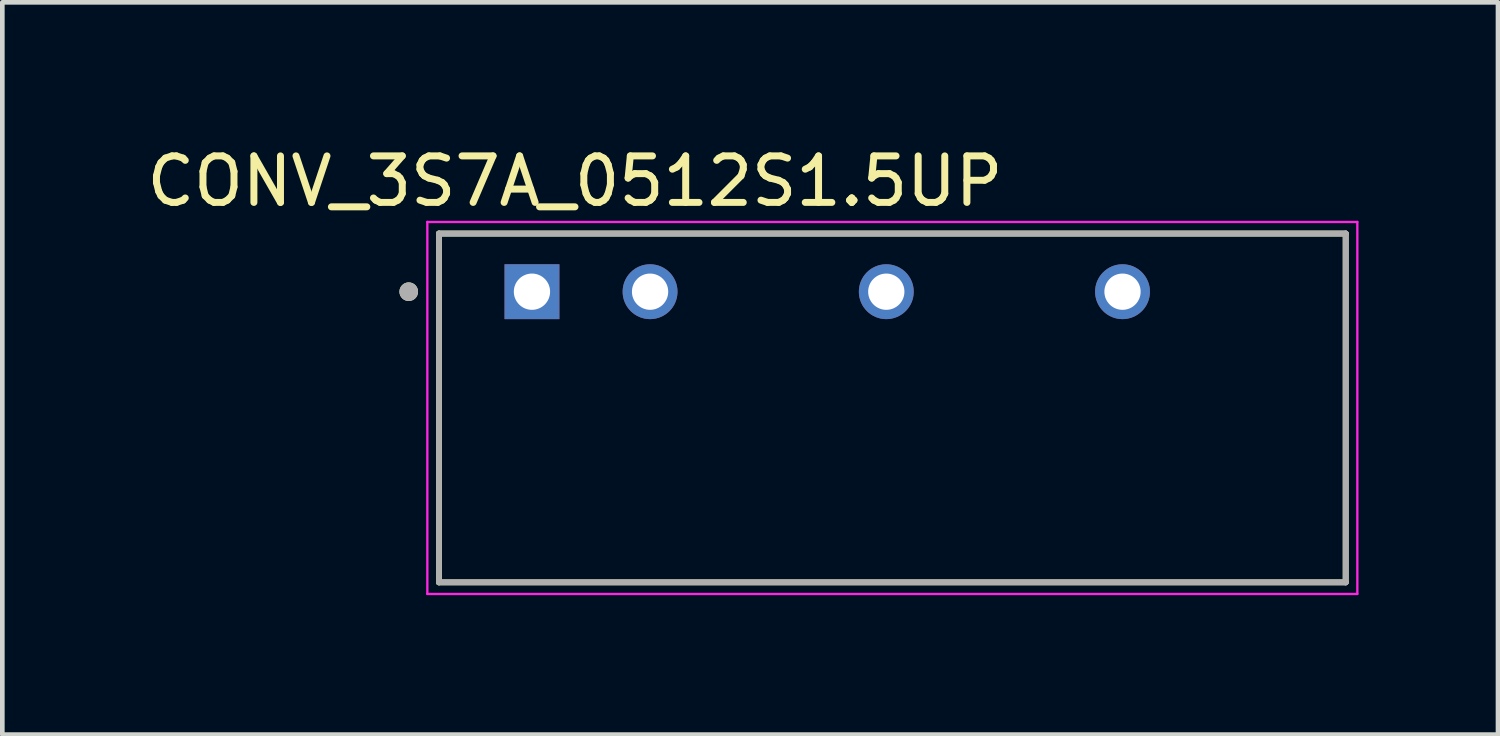
<source format=kicad_pcb>
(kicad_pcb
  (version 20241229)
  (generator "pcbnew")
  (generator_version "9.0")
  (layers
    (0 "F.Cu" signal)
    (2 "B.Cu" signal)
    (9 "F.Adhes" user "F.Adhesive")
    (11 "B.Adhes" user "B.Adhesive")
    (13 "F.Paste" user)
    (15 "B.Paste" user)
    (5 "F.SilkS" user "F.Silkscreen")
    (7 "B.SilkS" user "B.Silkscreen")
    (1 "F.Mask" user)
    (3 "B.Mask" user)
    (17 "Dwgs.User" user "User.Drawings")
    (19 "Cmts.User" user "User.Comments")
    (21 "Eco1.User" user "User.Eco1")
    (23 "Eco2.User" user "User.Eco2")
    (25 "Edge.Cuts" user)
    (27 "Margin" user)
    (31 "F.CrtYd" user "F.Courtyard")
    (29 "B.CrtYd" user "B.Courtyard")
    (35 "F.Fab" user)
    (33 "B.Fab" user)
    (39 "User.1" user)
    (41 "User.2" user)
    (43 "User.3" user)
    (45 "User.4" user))
  (footprint "CONV_3S7A_0512S1.5UP"
    (layer "F.Cu")
    (at 16.14 5.723)
    (property "Reference" "CONV_3S7A_0512S1.5UP" (at -6.825 -4.875 0) (layer "F.SilkS") (effects (font (size 1 1) (thickness 0.15))))
    (attr through_hole)
    (fp_line (start -9.75 -3.75) (end -9.75 3.75) (stroke (width 0.127) (type solid)) (layer "F.SilkS"))
    (fp_line (start -9.75 3.75) (end 9.75 3.75) (stroke (width 0.127) (type solid)) (layer "F.SilkS"))
    (fp_line (start 9.75 -3.75) (end -9.75 -3.75) (stroke (width 0.127) (type solid)) (layer "F.SilkS"))
    (fp_line (start 9.75 3.75) (end 9.75 -3.75) (stroke (width 0.127) (type solid)) (layer "F.SilkS"))
    (fp_circle (center -10.4 -2.5) (end -10.3 -2.5) (stroke (width 0.2) (type solid)) (fill no) (layer "F.SilkS"))
    (fp_line (start -10 -4) (end -10 4) (stroke (width 0.05) (type solid)) (layer "F.CrtYd"))
    (fp_line (start -10 4) (end 10 4) (stroke (width 0.05) (type solid)) (layer "F.CrtYd"))
    (fp_line (start 10 -4) (end -10 -4) (stroke (width 0.05) (type solid)) (layer "F.CrtYd"))
    (fp_line (start 10 4) (end 10 -4) (stroke (width 0.05) (type solid)) (layer "F.CrtYd"))
    (fp_line (start -9.75 -3.75) (end -9.75 3.75) (stroke (width 0.127) (type solid)) (layer "F.Fab"))
    (fp_line (start -9.75 3.75) (end 9.75 3.75) (stroke (width 0.127) (type solid)) (layer "F.Fab"))
    (fp_line (start 9.75 -3.75) (end -9.75 -3.75) (stroke (width 0.127) (type solid)) (layer "F.Fab"))
    (fp_line (start 9.75 3.75) (end 9.75 -3.75) (stroke (width 0.127) (type solid)) (layer "F.Fab"))
    (fp_circle (center -10.4 -2.5) (end -10.3 -2.5) (stroke (width 0.2) (type solid)) (fill no) (layer "F.Fab"))
    (pad "1" thru_hole rect (at -7.75 -2.5) (size 1.18 1.18) (drill 0.78) (layers "*.Cu" "*.Mask"))
    (pad "2" thru_hole circle (at -5.21 -2.5) (size 1.18 1.18) (drill 0.78) (layers "*.Cu" "*.Mask"))
    (pad "4" thru_hole circle (at -0.13 -2.5) (size 1.18 1.18) (drill 0.78) (layers "*.Cu" "*.Mask"))
    (pad "6" thru_hole circle (at 4.95 -2.5) (size 1.18 1.18) (drill 0.78) (layers "*.Cu" "*.Mask")))
  (gr_rect
    (start -3 -3)
    (end 29.165 12.748)
    (stroke (width 0.1) (type default))
    (fill no)
    (layer "Edge.Cuts")))
</source>
